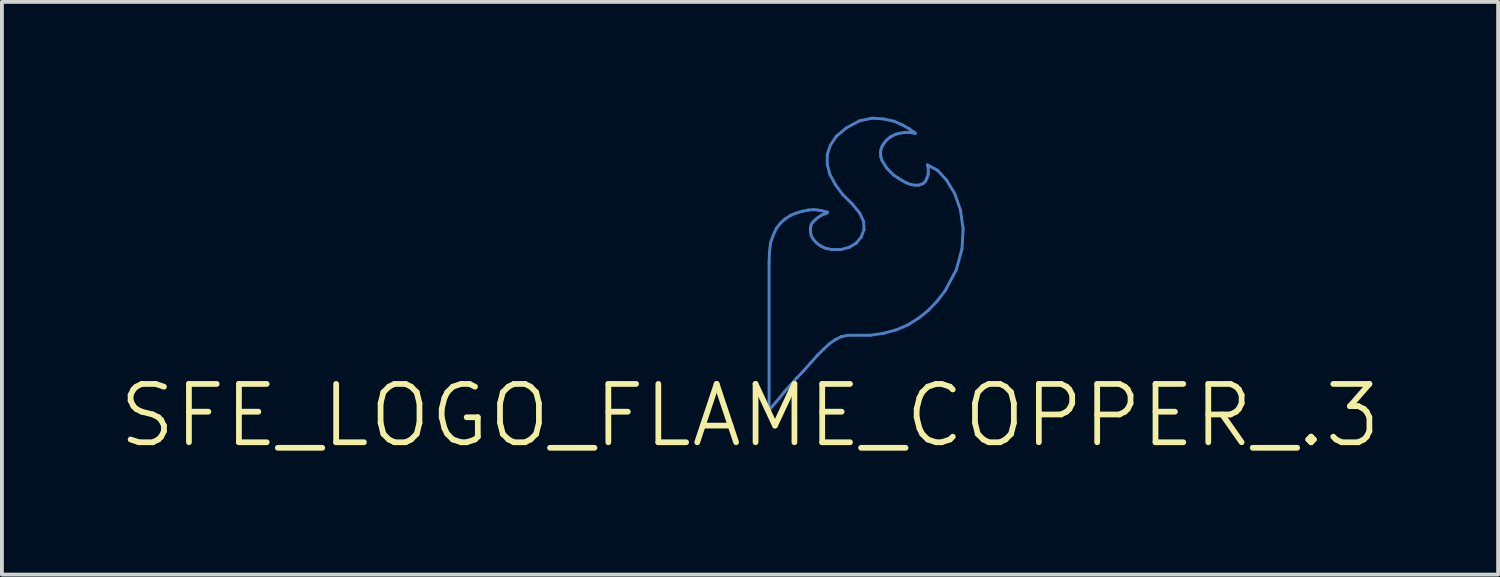
<source format=kicad_pcb>
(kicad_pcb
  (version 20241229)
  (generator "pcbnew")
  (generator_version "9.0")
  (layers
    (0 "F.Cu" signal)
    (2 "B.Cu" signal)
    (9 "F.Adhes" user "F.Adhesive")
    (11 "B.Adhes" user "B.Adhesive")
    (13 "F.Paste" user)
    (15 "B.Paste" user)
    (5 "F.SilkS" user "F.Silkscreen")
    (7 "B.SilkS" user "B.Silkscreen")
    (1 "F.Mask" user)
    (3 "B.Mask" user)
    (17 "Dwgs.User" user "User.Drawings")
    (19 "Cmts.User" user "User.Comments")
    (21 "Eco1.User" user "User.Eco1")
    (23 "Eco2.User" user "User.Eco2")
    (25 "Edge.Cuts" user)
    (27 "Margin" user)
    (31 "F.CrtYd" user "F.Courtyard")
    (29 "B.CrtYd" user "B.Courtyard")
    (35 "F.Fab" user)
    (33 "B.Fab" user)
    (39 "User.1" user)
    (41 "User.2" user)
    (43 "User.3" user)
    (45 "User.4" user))
  (footprint "SFE_LOGO_FLAME_COPPER_.3"
    (layer "F.Cu")
    (at 16.546 7.808)
    (property "Reference" "SFE_LOGO_FLAME_COPPER_.3" (at 0 0 0) (layer "F.SilkS") (effects (font (size 1.524 1.524) (thickness 0.15))))
    (attr exclude_from_pos_files exclude_from_bom)
    (fp_line (start 0.498 -3.978) (end 0.498 -0.14) (stroke (width 0.076) (type solid)) (layer "B.Cu"))
    (fp_line (start 0.498 -0.14) (end 0.518 -0.157) (stroke (width 0.076) (type solid)) (layer "B.Cu"))
    (fp_line (start 0.508 -4.27) (end 0.498 -3.978) (stroke (width 0.076) (type solid)) (layer "B.Cu"))
    (fp_line (start 0.518 -0.157) (end 0.569 -0.229) (stroke (width 0.076) (type solid)) (layer "B.Cu"))
    (fp_line (start 0.538 -4.519) (end 0.508 -4.27) (stroke (width 0.076) (type solid)) (layer "B.Cu"))
    (fp_line (start 0.569 -0.229) (end 0.658 -0.328) (stroke (width 0.076) (type solid)) (layer "B.Cu"))
    (fp_line (start 0.61 -4.719) (end 0.538 -4.519) (stroke (width 0.076) (type solid)) (layer "B.Cu"))
    (fp_line (start 0.658 -0.328) (end 0.77 -0.46) (stroke (width 0.076) (type solid)) (layer "B.Cu"))
    (fp_line (start 0.688 -4.889) (end 0.61 -4.719) (stroke (width 0.076) (type solid)) (layer "B.Cu"))
    (fp_line (start 0.77 -0.46) (end 0.899 -0.62) (stroke (width 0.076) (type solid)) (layer "B.Cu"))
    (fp_line (start 0.798 -5.029) (end 0.688 -4.889) (stroke (width 0.076) (type solid)) (layer "B.Cu"))
    (fp_line (start 0.899 -0.62) (end 1.049 -0.79) (stroke (width 0.076) (type solid)) (layer "B.Cu"))
    (fp_line (start 0.919 -5.138) (end 0.798 -5.029) (stroke (width 0.076) (type solid)) (layer "B.Cu"))
    (fp_line (start 1.049 -0.79) (end 1.219 -0.978) (stroke (width 0.076) (type solid)) (layer "B.Cu"))
    (fp_line (start 1.059 -5.23) (end 0.919 -5.138) (stroke (width 0.076) (type solid)) (layer "B.Cu"))
    (fp_line (start 1.199 -5.288) (end 1.059 -5.23) (stroke (width 0.076) (type solid)) (layer "B.Cu"))
    (fp_line (start 1.219 -0.978) (end 1.4 -1.168) (stroke (width 0.076) (type solid)) (layer "B.Cu"))
    (fp_line (start 1.369 -5.339) (end 1.199 -5.288) (stroke (width 0.076) (type solid)) (layer "B.Cu"))
    (fp_line (start 1.4 -1.168) (end 1.587 -1.379) (stroke (width 0.076) (type solid)) (layer "B.Cu"))
    (fp_line (start 1.519 -5.37) (end 1.369 -5.339) (stroke (width 0.076) (type solid)) (layer "B.Cu"))
    (fp_line (start 1.58 -4.9) (end 1.598 -4.989) (stroke (width 0.076) (type solid)) (layer "B.Cu"))
    (fp_line (start 1.58 -4.798) (end 1.58 -4.9) (stroke (width 0.076) (type solid)) (layer "B.Cu"))
    (fp_line (start 1.587 -1.379) (end 1.758 -1.57) (stroke (width 0.076) (type solid)) (layer "B.Cu"))
    (fp_line (start 1.598 -4.989) (end 1.648 -5.06) (stroke (width 0.076) (type solid)) (layer "B.Cu"))
    (fp_line (start 1.598 -4.699) (end 1.58 -4.798) (stroke (width 0.076) (type solid)) (layer "B.Cu"))
    (fp_line (start 1.648 -5.06) (end 1.709 -5.118) (stroke (width 0.076) (type solid)) (layer "B.Cu"))
    (fp_line (start 1.659 -5.38) (end 1.519 -5.37) (stroke (width 0.076) (type solid)) (layer "B.Cu"))
    (fp_line (start 1.659 -4.6) (end 1.598 -4.699) (stroke (width 0.076) (type solid)) (layer "B.Cu"))
    (fp_line (start 1.709 -5.118) (end 1.778 -5.179) (stroke (width 0.076) (type solid)) (layer "B.Cu"))
    (fp_line (start 1.74 -4.508) (end 1.659 -4.6) (stroke (width 0.076) (type solid)) (layer "B.Cu"))
    (fp_line (start 1.758 -1.57) (end 1.918 -1.73) (stroke (width 0.076) (type solid)) (layer "B.Cu"))
    (fp_line (start 1.778 -5.37) (end 1.659 -5.38) (stroke (width 0.076) (type solid)) (layer "B.Cu"))
    (fp_line (start 1.778 -5.179) (end 1.849 -5.22) (stroke (width 0.076) (type solid)) (layer "B.Cu"))
    (fp_line (start 1.849 -5.22) (end 1.918 -5.258) (stroke (width 0.076) (type solid)) (layer "B.Cu"))
    (fp_line (start 1.849 -4.43) (end 1.74 -4.508) (stroke (width 0.076) (type solid)) (layer "B.Cu"))
    (fp_line (start 1.89 -5.349) (end 1.778 -5.37) (stroke (width 0.076) (type solid)) (layer "B.Cu"))
    (fp_line (start 1.918 -5.258) (end 1.979 -5.278) (stroke (width 0.076) (type solid)) (layer "B.Cu"))
    (fp_line (start 1.918 -1.73) (end 2.068 -1.869) (stroke (width 0.076) (type solid)) (layer "B.Cu"))
    (fp_line (start 1.958 -5.329) (end 1.89 -5.349) (stroke (width 0.076) (type solid)) (layer "B.Cu"))
    (fp_line (start 1.979 -5.278) (end 2.009 -5.298) (stroke (width 0.076) (type solid)) (layer "B.Cu"))
    (fp_line (start 1.979 -4.369) (end 1.849 -4.43) (stroke (width 0.076) (type solid)) (layer "B.Cu"))
    (fp_line (start 2.009 -5.319) (end 1.958 -5.329) (stroke (width 0.076) (type solid)) (layer "B.Cu"))
    (fp_line (start 2.009 -5.298) (end 2.029 -5.309) (stroke (width 0.076) (type solid)) (layer "B.Cu"))
    (fp_line (start 2.019 -6.82) (end 2.019 -6.558) (stroke (width 0.076) (type solid)) (layer "B.Cu"))
    (fp_line (start 2.019 -6.558) (end 2.088 -6.299) (stroke (width 0.076) (type solid)) (layer "B.Cu"))
    (fp_line (start 2.029 -5.309) (end 2.009 -5.319) (stroke (width 0.076) (type solid)) (layer "B.Cu"))
    (fp_line (start 2.068 -1.869) (end 2.22 -1.979) (stroke (width 0.076) (type solid)) (layer "B.Cu"))
    (fp_line (start 2.088 -6.299) (end 2.228 -6.038) (stroke (width 0.076) (type solid)) (layer "B.Cu"))
    (fp_line (start 2.098 -7.059) (end 2.019 -6.82) (stroke (width 0.076) (type solid)) (layer "B.Cu"))
    (fp_line (start 2.139 -4.338) (end 1.979 -4.369) (stroke (width 0.076) (type solid)) (layer "B.Cu"))
    (fp_line (start 2.22 -1.979) (end 2.38 -2.06) (stroke (width 0.076) (type solid)) (layer "B.Cu"))
    (fp_line (start 2.228 -6.038) (end 2.418 -5.779) (stroke (width 0.076) (type solid)) (layer "B.Cu"))
    (fp_line (start 2.258 -7.3) (end 2.098 -7.059) (stroke (width 0.076) (type solid)) (layer "B.Cu"))
    (fp_line (start 2.38 -4.338) (end 2.139 -4.338) (stroke (width 0.076) (type solid)) (layer "B.Cu"))
    (fp_line (start 2.38 -2.06) (end 2.558 -2.098) (stroke (width 0.076) (type solid)) (layer "B.Cu"))
    (fp_line (start 2.418 -5.779) (end 2.68 -5.519) (stroke (width 0.076) (type solid)) (layer "B.Cu"))
    (fp_line (start 2.52 -7.518) (end 2.258 -7.3) (stroke (width 0.076) (type solid)) (layer "B.Cu"))
    (fp_line (start 2.558 -2.098) (end 3.139 -2.098) (stroke (width 0.076) (type solid)) (layer "B.Cu"))
    (fp_line (start 2.598 -4.399) (end 2.38 -4.338) (stroke (width 0.076) (type solid)) (layer "B.Cu"))
    (fp_line (start 2.68 -5.519) (end 2.868 -5.288) (stroke (width 0.076) (type solid)) (layer "B.Cu"))
    (fp_line (start 2.779 -4.508) (end 2.598 -4.399) (stroke (width 0.076) (type solid)) (layer "B.Cu"))
    (fp_line (start 2.857 -7.699) (end 2.52 -7.518) (stroke (width 0.076) (type solid)) (layer "B.Cu"))
    (fp_line (start 2.868 -5.288) (end 2.969 -5.07) (stroke (width 0.076) (type solid)) (layer "B.Cu"))
    (fp_line (start 2.908 -4.669) (end 2.779 -4.508) (stroke (width 0.076) (type solid)) (layer "B.Cu"))
    (fp_line (start 2.969 -5.07) (end 2.979 -4.859) (stroke (width 0.076) (type solid)) (layer "B.Cu"))
    (fp_line (start 2.979 -4.859) (end 2.908 -4.669) (stroke (width 0.076) (type solid)) (layer "B.Cu"))
    (fp_line (start 3.139 -2.098) (end 3.49 -2.149) (stroke (width 0.076) (type solid)) (layer "B.Cu"))
    (fp_line (start 3.188 -7.77) (end 2.857 -7.699) (stroke (width 0.076) (type solid)) (layer "B.Cu"))
    (fp_line (start 3.409 -6.858) (end 3.419 -6.939) (stroke (width 0.076) (type solid)) (layer "B.Cu"))
    (fp_line (start 3.419 -6.939) (end 3.449 -7.028) (stroke (width 0.076) (type solid)) (layer "B.Cu"))
    (fp_line (start 3.419 -6.759) (end 3.409 -6.858) (stroke (width 0.076) (type solid)) (layer "B.Cu"))
    (fp_line (start 3.449 -7.028) (end 3.498 -7.109) (stroke (width 0.076) (type solid)) (layer "B.Cu"))
    (fp_line (start 3.449 -6.668) (end 3.419 -6.759) (stroke (width 0.076) (type solid)) (layer "B.Cu"))
    (fp_line (start 3.49 -7.75) (end 3.188 -7.77) (stroke (width 0.076) (type solid)) (layer "B.Cu"))
    (fp_line (start 3.49 -2.149) (end 3.818 -2.238) (stroke (width 0.076) (type solid)) (layer "B.Cu"))
    (fp_line (start 3.498 -7.109) (end 3.559 -7.188) (stroke (width 0.076) (type solid)) (layer "B.Cu"))
    (fp_line (start 3.508 -6.568) (end 3.449 -6.668) (stroke (width 0.076) (type solid)) (layer "B.Cu"))
    (fp_line (start 3.559 -7.188) (end 3.668 -7.28) (stroke (width 0.076) (type solid)) (layer "B.Cu"))
    (fp_line (start 3.579 -6.459) (end 3.508 -6.568) (stroke (width 0.076) (type solid)) (layer "B.Cu"))
    (fp_line (start 3.668 -7.28) (end 3.8 -7.348) (stroke (width 0.076) (type solid)) (layer "B.Cu"))
    (fp_line (start 3.668 -6.368) (end 3.579 -6.459) (stroke (width 0.076) (type solid)) (layer "B.Cu"))
    (fp_line (start 3.759 -6.279) (end 3.668 -6.368) (stroke (width 0.076) (type solid)) (layer "B.Cu"))
    (fp_line (start 3.769 -7.689) (end 3.49 -7.75) (stroke (width 0.076) (type solid)) (layer "B.Cu"))
    (fp_line (start 3.8 -7.348) (end 3.919 -7.379) (stroke (width 0.076) (type solid)) (layer "B.Cu"))
    (fp_line (start 3.818 -2.238) (end 4.128 -2.37) (stroke (width 0.076) (type solid)) (layer "B.Cu"))
    (fp_line (start 3.868 -6.208) (end 3.759 -6.279) (stroke (width 0.076) (type solid)) (layer "B.Cu"))
    (fp_line (start 3.919 -7.379) (end 4.049 -7.399) (stroke (width 0.076) (type solid)) (layer "B.Cu"))
    (fp_line (start 3.978 -6.139) (end 3.868 -6.208) (stroke (width 0.076) (type solid)) (layer "B.Cu"))
    (fp_line (start 3.988 -7.59) (end 3.769 -7.689) (stroke (width 0.076) (type solid)) (layer "B.Cu"))
    (fp_line (start 4.049 -7.399) (end 4.148 -7.399) (stroke (width 0.076) (type solid)) (layer "B.Cu"))
    (fp_line (start 4.089 -6.078) (end 3.978 -6.139) (stroke (width 0.076) (type solid)) (layer "B.Cu"))
    (fp_line (start 4.128 -2.37) (end 4.409 -2.548) (stroke (width 0.076) (type solid)) (layer "B.Cu"))
    (fp_line (start 4.148 -7.399) (end 4.239 -7.389) (stroke (width 0.076) (type solid)) (layer "B.Cu"))
    (fp_line (start 4.168 -7.488) (end 3.988 -7.59) (stroke (width 0.076) (type solid)) (layer "B.Cu"))
    (fp_line (start 4.199 -6.038) (end 4.089 -6.078) (stroke (width 0.076) (type solid)) (layer "B.Cu"))
    (fp_line (start 4.239 -7.389) (end 4.298 -7.379) (stroke (width 0.076) (type solid)) (layer "B.Cu"))
    (fp_line (start 4.28 -7.409) (end 4.168 -7.488) (stroke (width 0.076) (type solid)) (layer "B.Cu"))
    (fp_line (start 4.298 -7.379) (end 4.318 -7.379) (stroke (width 0.076) (type solid)) (layer "B.Cu"))
    (fp_line (start 4.308 -6.02) (end 4.199 -6.038) (stroke (width 0.076) (type solid)) (layer "B.Cu"))
    (fp_line (start 4.318 -7.379) (end 4.28 -7.409) (stroke (width 0.076) (type solid)) (layer "B.Cu"))
    (fp_line (start 4.409 -6.02) (end 4.308 -6.02) (stroke (width 0.076) (type solid)) (layer "B.Cu"))
    (fp_line (start 4.409 -2.548) (end 4.658 -2.748) (stroke (width 0.076) (type solid)) (layer "B.Cu"))
    (fp_line (start 4.519 -6.058) (end 4.409 -6.02) (stroke (width 0.076) (type solid)) (layer "B.Cu"))
    (fp_line (start 4.59 -6.129) (end 4.519 -6.058) (stroke (width 0.076) (type solid)) (layer "B.Cu"))
    (fp_line (start 4.628 -6.218) (end 4.59 -6.129) (stroke (width 0.076) (type solid)) (layer "B.Cu"))
    (fp_line (start 4.638 -6.548) (end 4.648 -6.538) (stroke (width 0.076) (type solid)) (layer "B.Cu"))
    (fp_line (start 4.648 -6.538) (end 4.648 -6.518) (stroke (width 0.076) (type solid)) (layer "B.Cu"))
    (fp_line (start 4.648 -6.518) (end 4.658 -6.469) (stroke (width 0.076) (type solid)) (layer "B.Cu"))
    (fp_line (start 4.658 -6.469) (end 4.658 -6.309) (stroke (width 0.076) (type solid)) (layer "B.Cu"))
    (fp_line (start 4.658 -6.309) (end 4.628 -6.218) (stroke (width 0.076) (type solid)) (layer "B.Cu"))
    (fp_line (start 4.658 -2.748) (end 4.889 -2.99) (stroke (width 0.076) (type solid)) (layer "B.Cu"))
    (fp_line (start 4.889 -2.99) (end 5.098 -3.259) (stroke (width 0.076) (type solid)) (layer "B.Cu"))
    (fp_line (start 4.9 -6.408) (end 4.638 -6.548) (stroke (width 0.076) (type solid)) (layer "B.Cu"))
    (fp_line (start 5.098 -3.259) (end 5.39 -3.81) (stroke (width 0.076) (type solid)) (layer "B.Cu"))
    (fp_line (start 5.138 -6.149) (end 4.9 -6.408) (stroke (width 0.076) (type solid)) (layer "B.Cu"))
    (fp_line (start 5.349 -5.799) (end 5.138 -6.149) (stroke (width 0.076) (type solid)) (layer "B.Cu"))
    (fp_line (start 5.39 -3.81) (end 5.54 -4.359) (stroke (width 0.076) (type solid)) (layer "B.Cu"))
    (fp_line (start 5.499 -5.37) (end 5.349 -5.799) (stroke (width 0.076) (type solid)) (layer "B.Cu"))
    (fp_line (start 5.54 -4.359) (end 5.568 -4.879) (stroke (width 0.076) (type solid)) (layer "B.Cu"))
    (fp_line (start 5.568 -4.879) (end 5.499 -5.37) (stroke (width 0.076) (type solid)) (layer "B.Cu")))
  (gr_rect
    (start -3 -3)
    (end 36.093 11.963)
    (stroke (width 0.1) (type default))
    (fill no)
    (layer "Edge.Cuts")))
</source>
